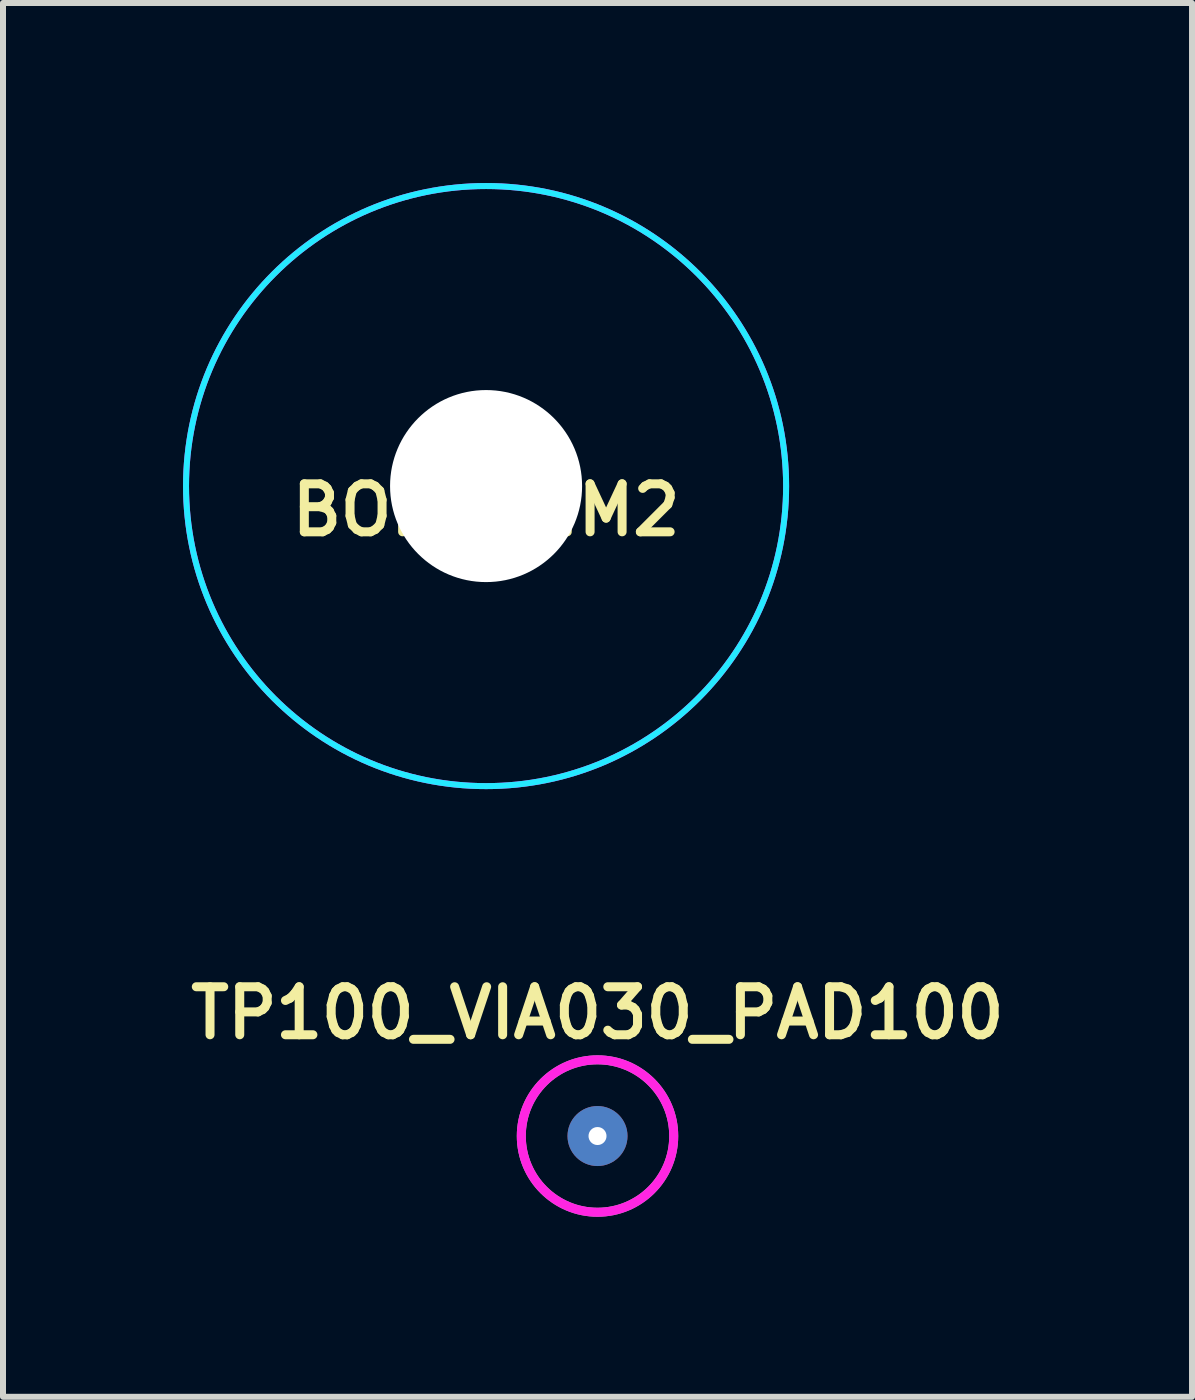
<source format=kicad_pcb>
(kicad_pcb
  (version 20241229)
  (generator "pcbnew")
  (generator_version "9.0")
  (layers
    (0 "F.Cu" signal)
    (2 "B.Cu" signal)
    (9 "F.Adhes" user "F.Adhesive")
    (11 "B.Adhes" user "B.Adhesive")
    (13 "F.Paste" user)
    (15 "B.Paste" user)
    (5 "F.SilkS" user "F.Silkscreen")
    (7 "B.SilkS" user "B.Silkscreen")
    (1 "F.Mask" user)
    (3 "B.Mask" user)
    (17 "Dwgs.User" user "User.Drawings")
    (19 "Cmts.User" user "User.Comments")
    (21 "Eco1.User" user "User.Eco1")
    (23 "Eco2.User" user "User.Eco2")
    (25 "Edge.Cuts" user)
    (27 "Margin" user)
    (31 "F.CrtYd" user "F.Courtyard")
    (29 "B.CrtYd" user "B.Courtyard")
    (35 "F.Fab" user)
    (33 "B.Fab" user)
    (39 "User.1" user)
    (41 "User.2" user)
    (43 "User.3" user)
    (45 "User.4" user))
  (footprint "TP100_VIA030_PAD100"
    (layer "F.Cu")
    (at 6.907 15.881)
    (property "Reference" "TP100_VIA030_PAD100" (at 0 -2.05 0) (layer "F.SilkS") (effects (font (size 0.8 0.8) (thickness 0.15))))
    (attr exclude_from_pos_files exclude_from_bom)
    (fp_circle (center 0 0) (end 1.27 0) (stroke (width 0.15) (type solid)) (fill no) (layer "F.CrtYd"))
    (fp_circle (center 0 0) (end 1.27 0) (stroke (width 0.15) (type solid)) (fill no) (layer "F.Fab"))
    (pad "1" thru_hole circle (at 0 0) (size 1 1) (drill 0.3) (layers "*.Cu" "*.Mask")))
  (footprint "BOH_3MM2"
    (layer "F.Cu")
    (at 5.05 5.05)
    (property "Reference" "BOH_3MM2" (at 0 0.4 0) (layer "F.SilkS") (effects (font (size 0.8 0.8) (thickness 0.15))))
    (attr exclude_from_pos_files exclude_from_bom)
    (fp_circle (center 0 0) (end 5 0) (stroke (width 0.1) (type solid)) (fill no) (layer "B.CrtYd"))
    (fp_circle (center 0 0) (end 5 0) (stroke (width 0.1) (type solid)) (fill no) (layer "F.CrtYd"))
    (pad "" np_thru_hole circle (at 0 0) (size 3.2 3.2) (drill 3.2) (layers "*.Cu" "*.Mask")))
  (gr_rect
    (start -3 -3)
    (end 16.814 20.226)
    (stroke (width 0.1) (type default))
    (fill no)
    (layer "Edge.Cuts")))
</source>
